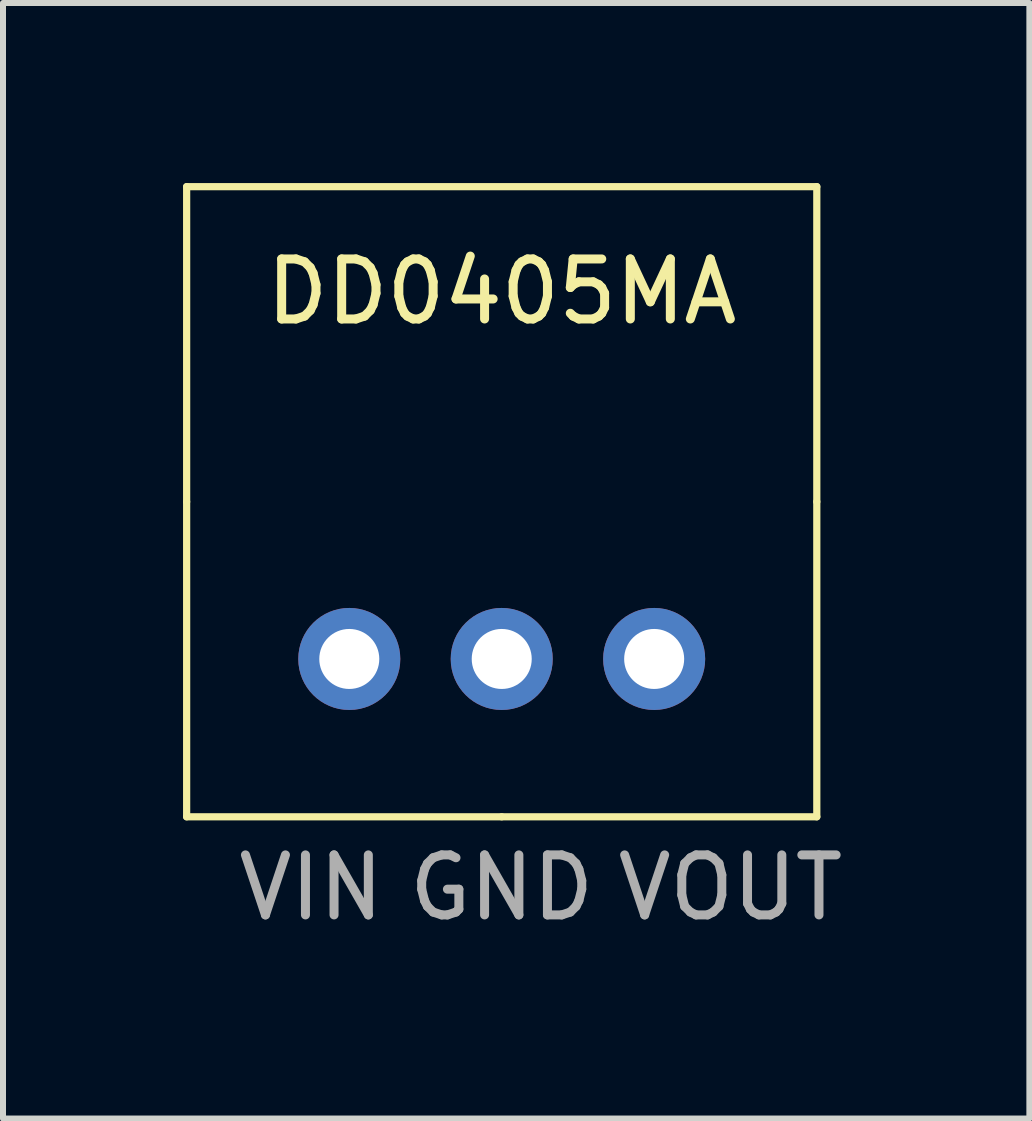
<source format=kicad_pcb>
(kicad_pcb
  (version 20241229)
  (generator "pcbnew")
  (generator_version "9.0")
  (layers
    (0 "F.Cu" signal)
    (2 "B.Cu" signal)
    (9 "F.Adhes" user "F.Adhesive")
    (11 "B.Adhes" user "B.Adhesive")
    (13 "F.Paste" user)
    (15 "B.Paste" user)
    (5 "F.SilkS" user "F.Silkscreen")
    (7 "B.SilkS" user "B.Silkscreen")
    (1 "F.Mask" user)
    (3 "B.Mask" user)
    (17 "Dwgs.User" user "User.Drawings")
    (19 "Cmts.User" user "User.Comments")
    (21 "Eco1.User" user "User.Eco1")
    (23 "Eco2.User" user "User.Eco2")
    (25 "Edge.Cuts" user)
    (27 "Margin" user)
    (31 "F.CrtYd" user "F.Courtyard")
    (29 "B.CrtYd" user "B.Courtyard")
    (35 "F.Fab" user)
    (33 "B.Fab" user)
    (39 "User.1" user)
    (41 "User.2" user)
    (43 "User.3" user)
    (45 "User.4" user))
  (footprint "DD0405MA"
    (layer "F.Cu")
    (at 5.31 0.31)
    (property "Reference" "DD0405MA" (at 0 1.5 0) (layer "F.SilkS") (effects (font (size 1 1) (thickness 0.15))))
    (attr through_hole)
    (fp_line (start -5.25 -0.25) (end -5.25 5) (stroke (width 0.12) (type solid)) (layer "F.SilkS"))
    (fp_line (start -5.25 10.25) (end -5.25 5) (stroke (width 0.12) (type solid)) (layer "F.SilkS"))
    (fp_line (start -5.25 10.25) (end 0 10.25) (stroke (width 0.12) (type solid)) (layer "F.SilkS"))
    (fp_line (start 0 10.25) (end 5.25 10.25) (stroke (width 0.12) (type solid)) (layer "F.SilkS"))
    (fp_line (start 5.25 -0.25) (end -5.25 -0.25) (stroke (width 0.12) (type solid)) (layer "F.SilkS"))
    (fp_line (start 5.25 5) (end 5.25 -0.25) (stroke (width 0.12) (type solid)) (layer "F.SilkS"))
    (fp_line (start 5.25 5) (end 5.25 10.25) (stroke (width 0.12) (type solid)) (layer "F.SilkS"))
    (fp_text user "VOUT" (at 3.81 11.43 0) (layer "F.Fab") (effects (font (size 1 1) (thickness 0.15))))
    (fp_text user "GND" (at 0 11.43 0) (layer "F.Fab") (effects (font (size 1 1) (thickness 0.15))))
    (fp_text user "VIN" (at -3.175 11.43 0) (layer "F.Fab") (effects (font (size 1 1) (thickness 0.15))))
    (pad "1" thru_hole circle (at -2.54 7.62) (size 1.7 1.7) (drill 1) (layers "*.Cu" "*.Mask"))
    (pad "2" thru_hole circle (at 0 7.62) (size 1.7 1.7) (drill 1) (layers "*.Cu" "*.Mask"))
    (pad "3" thru_hole circle (at 2.54 7.62) (size 1.7 1.7) (drill 1) (layers "*.Cu" "*.Mask")))
  (gr_rect
    (start -3 -3)
    (end 14.102 15.588)
    (stroke (width 0.1) (type default))
    (fill no)
    (layer "Edge.Cuts")))
</source>
